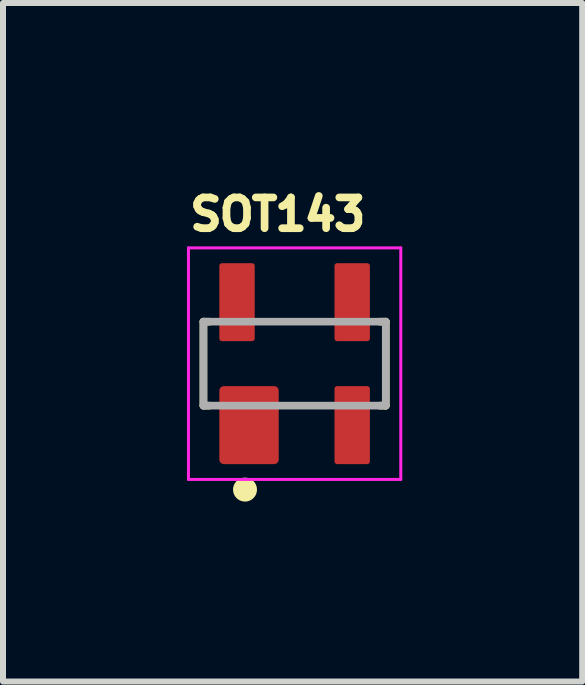
<source format=kicad_pcb>
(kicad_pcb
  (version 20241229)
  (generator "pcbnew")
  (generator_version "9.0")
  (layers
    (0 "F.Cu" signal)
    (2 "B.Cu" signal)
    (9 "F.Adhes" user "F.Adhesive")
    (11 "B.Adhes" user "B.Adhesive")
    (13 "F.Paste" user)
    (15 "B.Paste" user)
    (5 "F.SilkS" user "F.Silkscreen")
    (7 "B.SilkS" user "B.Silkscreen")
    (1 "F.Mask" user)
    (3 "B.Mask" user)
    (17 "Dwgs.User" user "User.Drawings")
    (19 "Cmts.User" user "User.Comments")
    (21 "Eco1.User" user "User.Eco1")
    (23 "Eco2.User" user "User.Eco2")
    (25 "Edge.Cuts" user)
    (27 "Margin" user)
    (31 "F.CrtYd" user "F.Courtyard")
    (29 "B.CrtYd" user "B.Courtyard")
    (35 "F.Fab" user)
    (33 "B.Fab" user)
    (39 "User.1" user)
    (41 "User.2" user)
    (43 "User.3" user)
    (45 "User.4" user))
  (footprint "SOT143"
    (layer "F.Cu")
    (at 1.862 3.013)
    (property "Reference" "SOT143" (at -0.281 -2.489 0) (layer "F.SilkS") (effects (font (size 0.513 0.513) (thickness 0.15))))
    (attr smd)
    (fp_line (start -1.52 -0.7) (end -1.52 0.7) (stroke (width 0.127) (type solid)) (layer "F.SilkS"))
    (fp_line (start -1.52 -0.7) (end -1.42 -0.7) (stroke (width 0.127) (type solid)) (layer "F.SilkS"))
    (fp_line (start -1.52 0.7) (end -1.42 0.7) (stroke (width 0.127) (type solid)) (layer "F.SilkS"))
    (fp_line (start 1.52 -0.7) (end 1.42 -0.7) (stroke (width 0.127) (type solid)) (layer "F.SilkS"))
    (fp_line (start 1.52 -0.7) (end 1.52 0.7) (stroke (width 0.127) (type solid)) (layer "F.SilkS"))
    (fp_line (start 1.52 0.7) (end 1.42 0.7) (stroke (width 0.127) (type solid)) (layer "F.SilkS"))
    (fp_circle (center -0.827 2.1) (end -0.727 2.1) (stroke (width 0.2) (type solid)) (fill no) (layer "F.SilkS"))
    (fp_line (start -1.77 -1.93) (end -1.77 1.93) (stroke (width 0.05) (type solid)) (layer "F.CrtYd"))
    (fp_line (start -1.77 1.93) (end 1.77 1.93) (stroke (width 0.05) (type solid)) (layer "F.CrtYd"))
    (fp_line (start 1.77 -1.93) (end -1.77 -1.93) (stroke (width 0.05) (type solid)) (layer "F.CrtYd"))
    (fp_line (start 1.77 1.93) (end 1.77 -1.93) (stroke (width 0.05) (type solid)) (layer "F.CrtYd"))
    (fp_line (start -1.52 -0.7) (end -1.52 0.7) (stroke (width 0.127) (type solid)) (layer "F.Fab"))
    (fp_line (start -1.52 0.7) (end 1.52 0.7) (stroke (width 0.127) (type solid)) (layer "F.Fab"))
    (fp_line (start 1.52 -0.7) (end -1.52 -0.7) (stroke (width 0.127) (type solid)) (layer "F.Fab"))
    (fp_line (start 1.52 0.7) (end 1.52 -0.7) (stroke (width 0.127) (type solid)) (layer "F.Fab"))
    (pad "1" smd roundrect (at -0.76 1.025) (size 0.99 1.3) (layers "F.Cu" "F.Mask" "F.Paste") (roundrect_rratio 0.075))
    (pad "2" smd roundrect (at 0.96 1.025) (size 0.59 1.3) (layers "F.Cu" "F.Mask" "F.Paste") (roundrect_rratio 0.075))
    (pad "3" smd roundrect (at 0.96 -1.025) (size 0.59 1.3) (layers "F.Cu" "F.Mask" "F.Paste") (roundrect_rratio 0.075))
    (pad "4" smd roundrect (at -0.96 -1.025) (size 0.59 1.3) (layers "F.Cu" "F.Mask" "F.Paste") (roundrect_rratio 0.075)))
  (gr_rect
    (start -3 -3)
    (end 6.657 8.313)
    (stroke (width 0.1) (type default))
    (fill no)
    (layer "Edge.Cuts")))
</source>
